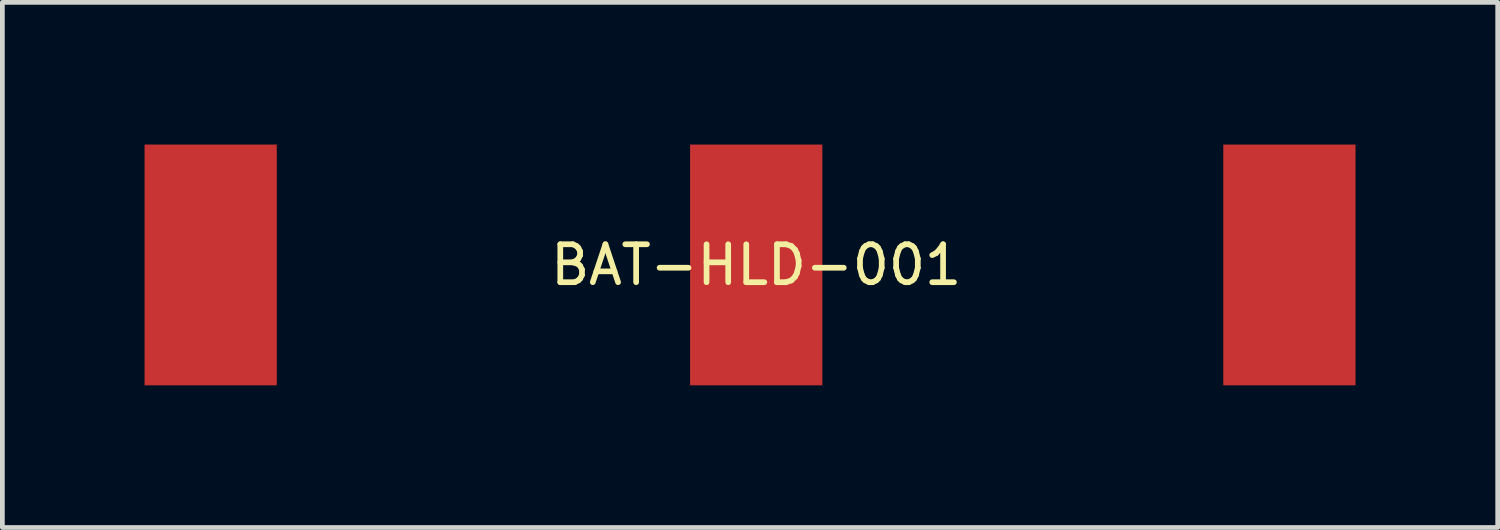
<source format=kicad_pcb>
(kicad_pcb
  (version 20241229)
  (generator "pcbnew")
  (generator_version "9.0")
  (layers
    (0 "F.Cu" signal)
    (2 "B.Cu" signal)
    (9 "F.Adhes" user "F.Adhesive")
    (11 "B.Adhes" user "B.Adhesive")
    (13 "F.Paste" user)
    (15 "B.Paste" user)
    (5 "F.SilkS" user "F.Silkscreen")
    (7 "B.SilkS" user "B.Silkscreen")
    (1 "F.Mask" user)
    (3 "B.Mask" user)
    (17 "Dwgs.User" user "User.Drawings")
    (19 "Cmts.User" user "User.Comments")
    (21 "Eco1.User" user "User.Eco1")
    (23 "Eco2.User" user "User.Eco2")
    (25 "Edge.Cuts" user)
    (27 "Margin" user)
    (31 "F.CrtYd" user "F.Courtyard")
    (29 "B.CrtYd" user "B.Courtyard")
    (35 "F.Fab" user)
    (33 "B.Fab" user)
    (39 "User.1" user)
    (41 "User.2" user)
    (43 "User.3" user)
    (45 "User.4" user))
  (footprint "BAT-HLD-001"
    (layer "F.Cu")
    (at 12.905 2.54)
    (property "Reference" "BAT-HLD-001" (at 0 0 0) (layer "F.SilkS") (effects (font (size 0.8 0.8) (thickness 0.12))))
    (attr through_hole)
    (pad "1" smd rect (at -11.51 0 90) (size 5.08 2.79) (layers "F.Cu" "F.Mask" "F.Paste"))
    (pad "2" smd rect (at 0 0 90) (size 5.08 2.79) (layers "F.Cu" "F.Mask" "F.Paste"))
    (pad "3" smd rect (at 11.25 0 90) (size 5.08 2.79) (layers "F.Cu" "F.Mask" "F.Paste")))
  (gr_rect
    (start -3 -3)
    (end 28.55 8.08)
    (stroke (width 0.1) (type default))
    (fill no)
    (layer "Edge.Cuts")))
</source>
